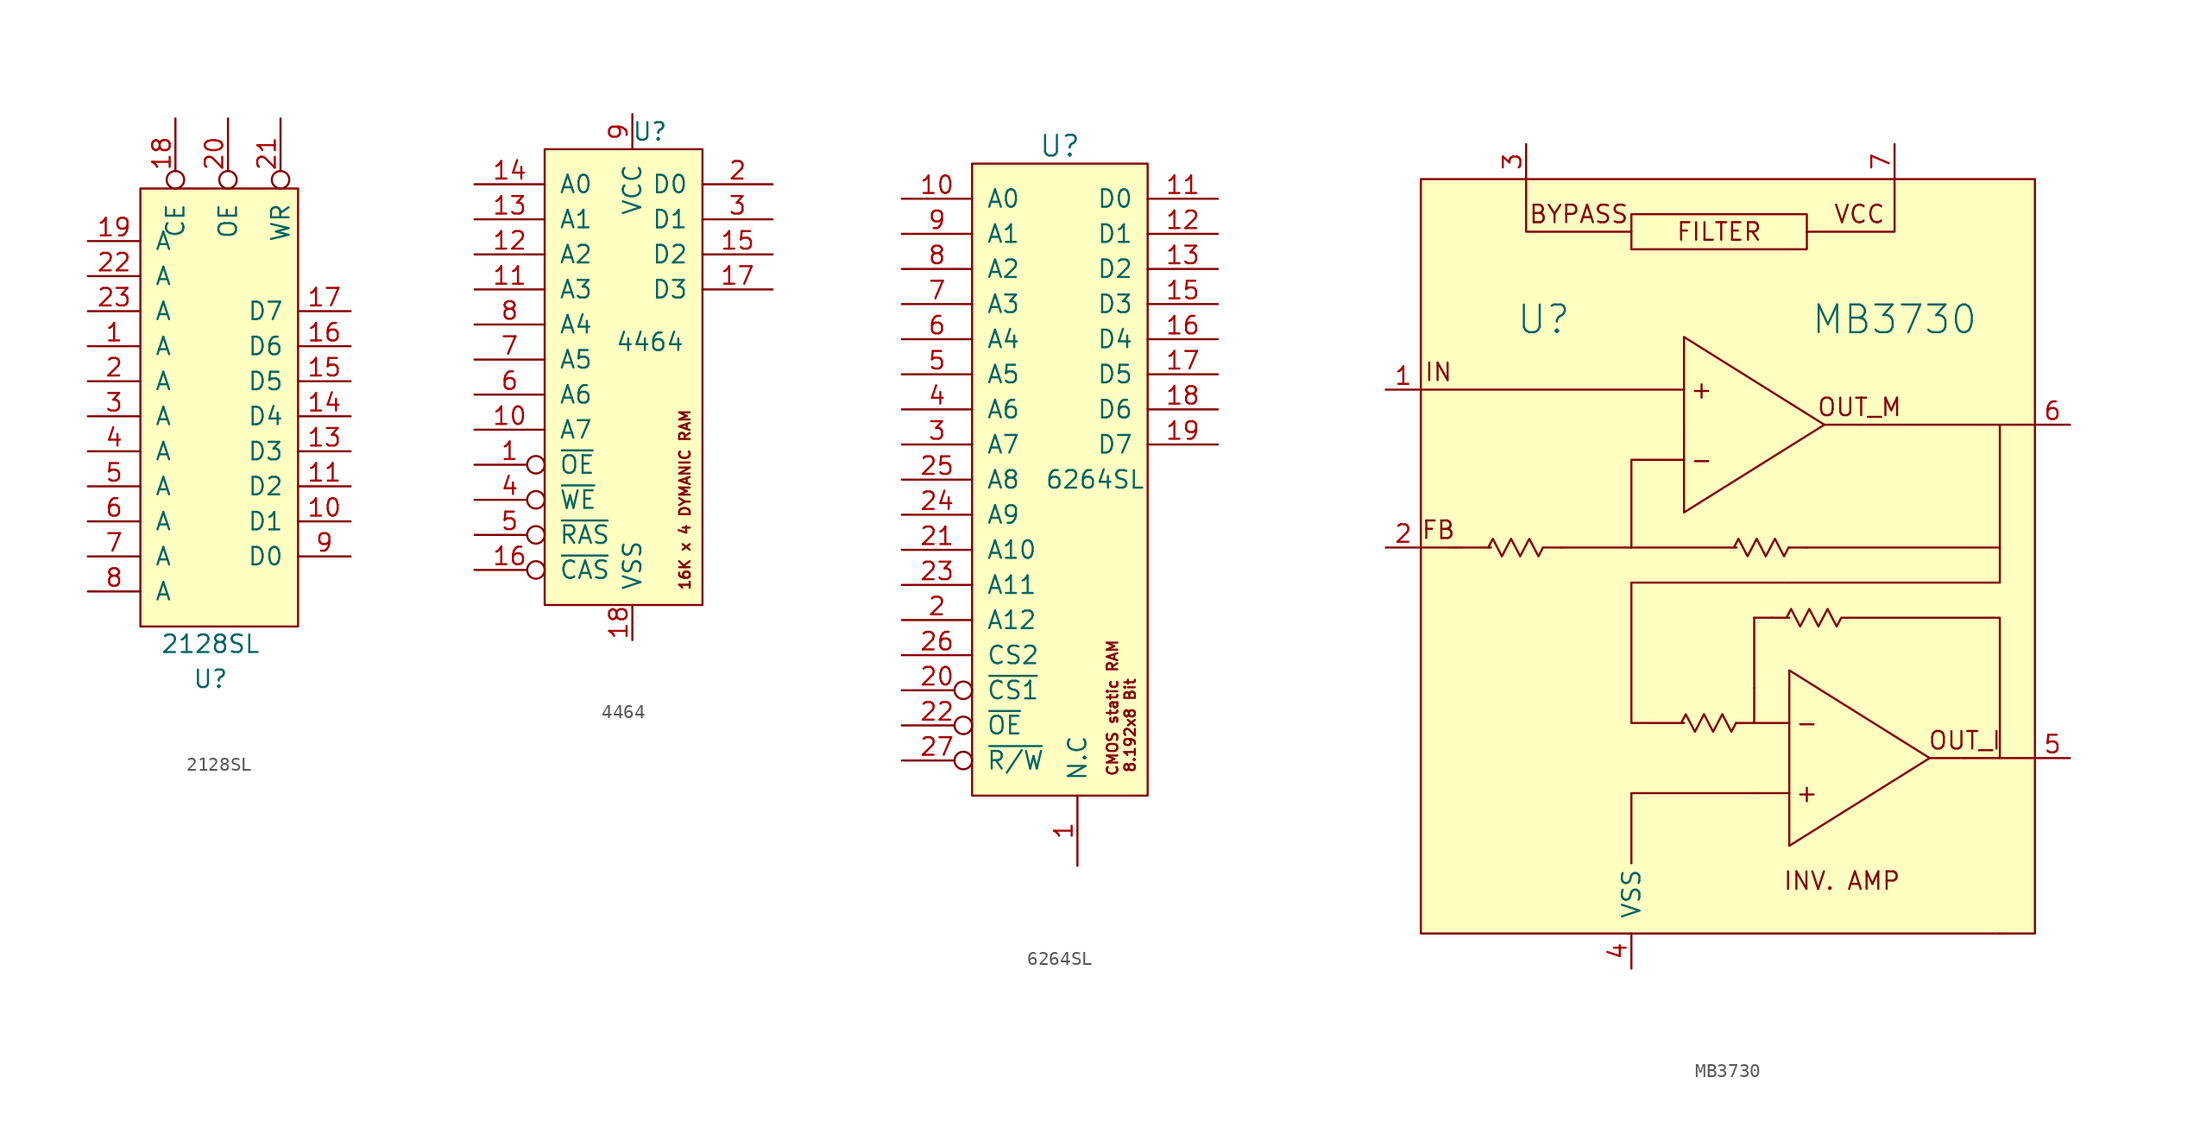
<source format=kicad_sym>
(kicad_symbol_lib
  (version 20220914)
  (generator kicad_symbol_editor)
  (symbol "2128SL"
    (pin_names
      (offset 1.016))
    (property "Reference" "U"
      (at 5.08 -36.83 0)
      (effects (font (size 1.27 1.27))))
    (property "Value" "2128SL"
      (at 5.08 -34.29 0)
      (effects (font (size 1.27 1.27))))
    (symbol "2128SL_0_0"
      (rectangle (start 0 -1.27) (end 11.43 -33.02) (stroke (width 0) (type default)) (fill (type background))))
    (symbol "2128SL_1_1"
      (pin input line (at -3.81 -12.7 0) (length 3.81) (name "A" (effects (font (size 1.27 1.27)))) (number "1" (effects (font (size 1.27 1.27)))))
      (pin input line (at 15.24 -25.4 180) (length 3.81) (name "D1" (effects (font (size 1.27 1.27)))) (number "10" (effects (font (size 1.27 1.27)))))
      (pin input line (at 15.24 -22.86 180) (length 3.81) (name "D2" (effects (font (size 1.27 1.27)))) (number "11" (effects (font (size 1.27 1.27)))))
      (pin input line (at 15.24 -20.32 180) (length 3.81) (name "D3" (effects (font (size 1.27 1.27)))) (number "13" (effects (font (size 1.27 1.27)))))
      (pin input line (at 15.24 -17.78 180) (length 3.81) (name "D4" (effects (font (size 1.27 1.27)))) (number "14" (effects (font (size 1.27 1.27)))))
      (pin input line (at 15.24 -15.24 180) (length 3.81) (name "D5" (effects (font (size 1.27 1.27)))) (number "15" (effects (font (size 1.27 1.27)))))
      (pin input line (at 15.24 -12.7 180) (length 3.81) (name "D6" (effects (font (size 1.27 1.27)))) (number "16" (effects (font (size 1.27 1.27)))))
      (pin input line (at 15.24 -10.16 180) (length 3.81) (name "D7" (effects (font (size 1.27 1.27)))) (number "17" (effects (font (size 1.27 1.27)))))
      (pin input inverted (at 2.54 3.81 270) (length 5.08) (name "CE" (effects (font (size 1.27 1.27)))) (number "18" (effects (font (size 1.27 1.27)))))
      (pin input line (at -3.81 -5.08 0) (length 3.81) (name "A" (effects (font (size 1.27 1.27)))) (number "19" (effects (font (size 1.27 1.27)))))
      (pin input line (at -3.81 -15.24 0) (length 3.81) (name "A" (effects (font (size 1.27 1.27)))) (number "2" (effects (font (size 1.27 1.27)))))
      (pin input inverted (at 6.35 3.81 270) (length 5.08) (name "OE" (effects (font (size 1.27 1.27)))) (number "20" (effects (font (size 1.27 1.27)))))
      (pin input inverted (at 10.16 3.81 270) (length 5.08) (name "WR" (effects (font (size 1.27 1.27)))) (number "21" (effects (font (size 1.27 1.27)))))
      (pin input line (at -3.81 -7.62 0) (length 3.81) (name "A" (effects (font (size 1.27 1.27)))) (number "22" (effects (font (size 1.27 1.27)))))
      (pin input line (at -3.81 -10.16 0) (length 3.81) (name "A" (effects (font (size 1.27 1.27)))) (number "23" (effects (font (size 1.27 1.27)))))
      (pin input line (at -3.81 -17.78 0) (length 3.81) (name "A" (effects (font (size 1.27 1.27)))) (number "3" (effects (font (size 1.27 1.27)))))
      (pin input line (at -3.81 -20.32 0) (length 3.81) (name "A" (effects (font (size 1.27 1.27)))) (number "4" (effects (font (size 1.27 1.27)))))
      (pin input line (at -3.81 -22.86 0) (length 3.81) (name "A" (effects (font (size 1.27 1.27)))) (number "5" (effects (font (size 1.27 1.27)))))
      (pin input line (at -3.81 -25.4 0) (length 3.81) (name "A" (effects (font (size 1.27 1.27)))) (number "6" (effects (font (size 1.27 1.27)))))
      (pin input line (at -3.81 -27.94 0) (length 3.81) (name "A" (effects (font (size 1.27 1.27)))) (number "7" (effects (font (size 1.27 1.27)))))
      (pin input line (at -3.81 -30.48 0) (length 3.81) (name "A" (effects (font (size 1.27 1.27)))) (number "8" (effects (font (size 1.27 1.27)))))
      (pin input line (at 15.24 -27.94 180) (length 3.81) (name "D0" (effects (font (size 1.27 1.27)))) (number "9" (effects (font (size 1.27 1.27)))))))
  (symbol "4464"
    (pin_names
      (offset 1.016))
    (property "Reference" "U"
      (at 1.27 15.24 0)
      (effects (font (size 1.27 1.27))))
    (property "Value" "4464"
      (at 1.27 0 0)
      (effects (font (size 1.27 1.27))))
    (symbol "4464_0_0"
      (rectangle (start -6.35 13.97) (end 5.08 -19.05) (stroke (width 0) (type default)) (fill (type background)))
      (text "16K x 4 DYMANIC RAM" (at 3.81 -11.43 900) (effects (font (size 0.762 0.762))))
      (pin input inverted (at -11.43 -8.89 0) (length 5.08) (name "~{OE}" (effects (font (size 1.27 1.27)))) (number "1" (effects (font (size 1.27 1.27)))))
      (pin input inverted (at -11.43 -16.51 0) (length 5.08) (name "~{CAS}" (effects (font (size 1.27 1.27)))) (number "16" (effects (font (size 1.27 1.27)))))
      (pin power_in line (at 0 -21.59 90) (length 2.54) (name "VSS" (effects (font (size 1.27 1.27)))) (number "18" (effects (font (size 1.27 1.27)))))
      (pin input inverted (at -11.43 -11.43 0) (length 5.08) (name "~{WE}" (effects (font (size 1.27 1.27)))) (number "4" (effects (font (size 1.27 1.27)))))
      (pin input inverted (at -11.43 -13.97 0) (length 5.08) (name "~{RAS}" (effects (font (size 1.27 1.27)))) (number "5" (effects (font (size 1.27 1.27)))))
      (pin power_in line (at 0 16.51 270) (length 2.54) (name "VCC" (effects (font (size 1.27 1.27)))) (number "9" (effects (font (size 1.27 1.27))))))
    (symbol "4464_1_1"
      (pin tri_state line (at -11.43 -6.35 0) (length 5.08) (name "A7" (effects (font (size 1.27 1.27)))) (number "10" (effects (font (size 1.27 1.27)))))
      (pin tri_state line (at -11.43 3.81 0) (length 5.08) (name "A3" (effects (font (size 1.27 1.27)))) (number "11" (effects (font (size 1.27 1.27)))))
      (pin tri_state line (at -11.43 6.35 0) (length 5.08) (name "A2" (effects (font (size 1.27 1.27)))) (number "12" (effects (font (size 1.27 1.27)))))
      (pin tri_state line (at -11.43 8.89 0) (length 5.08) (name "A1" (effects (font (size 1.27 1.27)))) (number "13" (effects (font (size 1.27 1.27)))))
      (pin tri_state line (at -11.43 11.43 0) (length 5.08) (name "A0" (effects (font (size 1.27 1.27)))) (number "14" (effects (font (size 1.27 1.27)))))
      (pin tri_state line (at 10.16 6.35 180) (length 5.08) (name "D2" (effects (font (size 1.27 1.27)))) (number "15" (effects (font (size 1.27 1.27)))))
      (pin tri_state line (at 10.16 3.81 180) (length 5.08) (name "D3" (effects (font (size 1.27 1.27)))) (number "17" (effects (font (size 1.27 1.27)))))
      (pin tri_state line (at 10.16 11.43 180) (length 5.08) (name "D0" (effects (font (size 1.27 1.27)))) (number "2" (effects (font (size 1.27 1.27)))))
      (pin tri_state line (at 10.16 8.89 180) (length 5.08) (name "D1" (effects (font (size 1.27 1.27)))) (number "3" (effects (font (size 1.27 1.27)))))
      (pin tri_state line (at -11.43 -3.81 0) (length 5.08) (name "A6" (effects (font (size 1.27 1.27)))) (number "6" (effects (font (size 1.27 1.27)))))
      (pin tri_state line (at -11.43 -1.27 0) (length 5.08) (name "A5" (effects (font (size 1.27 1.27)))) (number "7" (effects (font (size 1.27 1.27)))))
      (pin tri_state line (at -11.43 1.27 0) (length 5.08) (name "A4" (effects (font (size 1.27 1.27)))) (number "8" (effects (font (size 1.27 1.27)))))))
  (symbol "6264SL"
    (pin_names
      (offset 1.016))
    (property "Reference" "U"
      (at 0 24.13 0)
      (effects (font (size 1.499 1.499))))
    (property "Value" "6264SL"
      (at 2.54 0 0)
      (effects (font (size 1.27 1.27))))
    (symbol "6264SL_0_0"
      (rectangle (start -6.35 22.86) (end 6.35 -22.86) (stroke (width 0) (type default)) (fill (type background)))
      (text "8.192x8 Bit" (at 5.08 -17.78 900) (effects (font (size 0.762 0.762))))
      (text "CMOS static RAM" (at 3.81 -16.51 900) (effects (font (size 0.762 0.762)))))
    (symbol "6264SL_1_1"
      (pin input line (at 1.27 -27.94 90) (length 5.08) (name "N.C" (effects (font (size 1.27 1.27)))) (number "1" (effects (font (size 1.27 1.27)))))
      (pin input line (at -11.43 20.32 0) (length 5.08) (name "A0" (effects (font (size 1.27 1.27)))) (number "10" (effects (font (size 1.27 1.27)))))
      (pin input line (at 11.43 20.32 180) (length 5.08) (name "D0" (effects (font (size 1.27 1.27)))) (number "11" (effects (font (size 1.27 1.27)))))
      (pin input line (at 11.43 17.78 180) (length 5.08) (name "D1" (effects (font (size 1.27 1.27)))) (number "12" (effects (font (size 1.27 1.27)))))
      (pin input line (at 11.43 15.24 180) (length 5.08) (name "D2" (effects (font (size 1.27 1.27)))) (number "13" (effects (font (size 1.27 1.27)))))
      (pin power_in line (at 0 -22.86 90) (length 5.08) hide (name "VCC" (effects (font (size 1.27 1.27)))) (number "14" (effects (font (size 1.27 1.27)))))
      (pin input line (at 11.43 12.7 180) (length 5.08) (name "D3" (effects (font (size 1.27 1.27)))) (number "15" (effects (font (size 1.27 1.27)))))
      (pin input line (at 11.43 10.16 180) (length 5.08) (name "D4" (effects (font (size 1.27 1.27)))) (number "16" (effects (font (size 1.27 1.27)))))
      (pin input line (at 11.43 7.62 180) (length 5.08) (name "D5" (effects (font (size 1.27 1.27)))) (number "17" (effects (font (size 1.27 1.27)))))
      (pin input line (at 11.43 5.08 180) (length 5.08) (name "D6" (effects (font (size 1.27 1.27)))) (number "18" (effects (font (size 1.27 1.27)))))
      (pin input line (at 11.43 2.54 180) (length 5.08) (name "D7" (effects (font (size 1.27 1.27)))) (number "19" (effects (font (size 1.27 1.27)))))
      (pin input line (at -11.43 -10.16 0) (length 5.08) (name "A12" (effects (font (size 1.27 1.27)))) (number "2" (effects (font (size 1.27 1.27)))))
      (pin input inverted (at -11.43 -15.24 0) (length 5.08) (name "~{CS1}" (effects (font (size 1.27 1.27)))) (number "20" (effects (font (size 1.27 1.27)))))
      (pin input line (at -11.43 -5.08 0) (length 5.08) (name "A10" (effects (font (size 1.27 1.27)))) (number "21" (effects (font (size 1.27 1.27)))))
      (pin input inverted (at -11.43 -17.78 0) (length 5.08) (name "~{OE}" (effects (font (size 1.27 1.27)))) (number "22" (effects (font (size 1.27 1.27)))))
      (pin input line (at -11.43 -7.62 0) (length 5.08) (name "A11" (effects (font (size 1.27 1.27)))) (number "23" (effects (font (size 1.27 1.27)))))
      (pin input line (at -11.43 -2.54 0) (length 5.08) (name "A9" (effects (font (size 1.27 1.27)))) (number "24" (effects (font (size 1.27 1.27)))))
      (pin input line (at -11.43 0 0) (length 5.08) (name "A8" (effects (font (size 1.27 1.27)))) (number "25" (effects (font (size 1.27 1.27)))))
      (pin input line (at -11.43 -12.7 0) (length 5.08) (name "CS2" (effects (font (size 1.27 1.27)))) (number "26" (effects (font (size 1.27 1.27)))))
      (pin input inverted (at -11.43 -20.32 0) (length 5.08) (name "~{R/W}" (effects (font (size 1.27 1.27)))) (number "27" (effects (font (size 1.27 1.27)))))
      (pin power_in line (at 0 22.86 270) (length 5.08) hide (name "VCC" (effects (font (size 1.27 1.27)))) (number "28" (effects (font (size 1.27 1.27)))))
      (pin input line (at -11.43 2.54 0) (length 5.08) (name "A7" (effects (font (size 1.27 1.27)))) (number "3" (effects (font (size 1.27 1.27)))))
      (pin input line (at -11.43 5.08 0) (length 5.08) (name "A6" (effects (font (size 1.27 1.27)))) (number "4" (effects (font (size 1.27 1.27)))))
      (pin input line (at -11.43 7.62 0) (length 5.08) (name "A5" (effects (font (size 1.27 1.27)))) (number "5" (effects (font (size 1.27 1.27)))))
      (pin input line (at -11.43 10.16 0) (length 5.08) (name "A4" (effects (font (size 1.27 1.27)))) (number "6" (effects (font (size 1.27 1.27)))))
      (pin input line (at -11.43 12.7 0) (length 5.08) (name "A3" (effects (font (size 1.27 1.27)))) (number "7" (effects (font (size 1.27 1.27)))))
      (pin input line (at -11.43 15.24 0) (length 5.08) (name "A2" (effects (font (size 1.27 1.27)))) (number "8" (effects (font (size 1.27 1.27)))))
      (pin input line (at -11.43 17.78 0) (length 5.08) (name "A1" (effects (font (size 1.27 1.27)))) (number "9" (effects (font (size 1.27 1.27)))))))
  (symbol "MB3730"
    (pin_names
      (offset 1.016))
    (property "Reference" "U"
      (at -12.7 17.78 0)
      (effects (font (size 2.007 2.007))))
    (property "Value" "MB3730"
      (at 12.7 17.78 0)
      (effects (font (size 2.007 2.007))))
    (symbol "MB3730_0_0"
      (rectangle (start -6.35 25.4) (end 6.35 22.86) (stroke (width 0) (type default)) (fill (type none)))
      (polyline (pts (xy -2.54 12.7) (xy -21.59 12.7)) (stroke (width 0) (type default)) (fill (type none)))
      (polyline (pts (xy 2.54 -11.43) (xy 5.08 -11.43)) (stroke (width 0) (type default)) (fill (type none)))
      (polyline (pts (xy 2.54 -8.89) (xy 2.54 -11.43)) (stroke (width 0) (type default)) (fill (type none)))
      (polyline (pts (xy 2.54 -8.89) (xy 2.54 -3.81)) (stroke (width 0) (type default)) (fill (type none)))
      (polyline (pts (xy 3.81 -3.81) (xy 2.54 -3.81)) (stroke (width 0) (type default)) (fill (type none)))
      (polyline (pts (xy 10.16 10.16) (xy 7.62 10.16)) (stroke (width 0) (type default)) (fill (type none)))
      (polyline (pts (xy 13.97 10.16) (xy 10.16 10.16)) (stroke (width 0) (type default)) (fill (type none)))
      (polyline (pts (xy 17.78 -13.97) (xy 15.24 -13.97)) (stroke (width 0) (type default)) (fill (type none)))
      (polyline (pts (xy 20.32 -13.97) (xy 22.86 -13.97)) (stroke (width 0) (type default)) (fill (type none)))
      (polyline (pts (xy 20.32 1.27) (xy 20.32 10.16)) (stroke (width 0) (type default)) (fill (type none)))
      (polyline (pts (xy 20.32 10.16) (xy 13.97 10.16)) (stroke (width 0) (type default)) (fill (type none)))
      (polyline (pts (xy 20.32 10.16) (xy 22.86 10.16)) (stroke (width 0) (type default)) (fill (type none)))
      (polyline (pts (xy -6.35 24.13) (xy -13.97 24.13) (xy -13.97 27.94)) (stroke (width 0) (type default)) (fill (type none)))
      (polyline (pts (xy 12.7 27.94) (xy 12.7 24.13) (xy 6.35 24.13)) (stroke (width 0) (type default)) (fill (type none)))
      (polyline (pts (xy -13.97 27.94) (xy -21.59 27.94) (xy -21.59 -26.67) (xy 20.32 -26.67)) (stroke (width 0) (type default)) (fill (type background)))
      (polyline (pts (xy 5.08 -1.27) (xy -6.35 -1.27) (xy -6.35 -11.43) (xy -2.54 -11.43)) (stroke (width 0) (type default)) (fill (type none)))
      (polyline (pts (xy 5.08 -1.27) (xy 20.32 -1.27) (xy 20.32 1.27) (xy 6.35 1.27)) (stroke (width 0) (type default)) (fill (type none)))
      (polyline (pts (xy 8.89 -3.81) (xy 20.32 -3.81) (xy 20.32 -13.97) (xy 17.78 -13.97)) (stroke (width 0) (type default)) (fill (type none)))
      (polyline (pts (xy 20.32 -26.67) (xy 22.86 -26.67) (xy 22.86 27.94) (xy -13.97 27.94)) (stroke (width 0) (type default)) (fill (type background)))
      (text "+" (at -1.27 12.7 0) (effects (font (size 1.27 1.27))))
      (text "+" (at 6.35 -16.51 0) (effects (font (size 1.27 1.27))))
      (text "-" (at -1.27 7.62 0) (effects (font (size 1.27 1.27))))
      (text "-" (at 6.35 -11.43 0) (effects (font (size 1.27 1.27))))
      (text "BYPASS" (at -10.16 25.4 0) (effects (font (size 1.27 1.27))))
      (text "FB" (at -20.32 2.54 0) (effects (font (size 1.27 1.27))))
      (text "FILTER" (at 0 24.13 0) (effects (font (size 1.27 1.27))))
      (text "IN" (at -20.32 13.97 0) (effects (font (size 1.27 1.27))))
      (text "INV. AMP" (at 8.89 -22.86 0) (effects (font (size 1.27 1.27))))
      (text "OUT_I" (at 17.78 -12.7 0) (effects (font (size 1.27 1.27))))
      (text "OUT_M" (at 10.16 11.43 0) (effects (font (size 1.27 1.27))))
      (text "VCC" (at 10.16 25.4 0) (effects (font (size 1.27 1.27)))))
    (symbol "MB3730_0_1"
      (polyline (pts (xy -21.59 1.27) (xy -19.05 1.27)) (stroke (width 0) (type default)) (fill (type none)))
      (polyline (pts (xy -16.51 1.27) (xy -19.05 1.27)) (stroke (width 0) (type default)) (fill (type none)))
      (polyline (pts (xy -6.35 1.27) (xy -11.43 1.27)) (stroke (width 0) (type default)) (fill (type none)))
      (polyline (pts (xy -6.35 1.27) (xy 1.27 1.27)) (stroke (width 0) (type default)) (fill (type none)))
      (polyline (pts (xy 2.54 -16.51) (xy 5.08 -16.51)) (stroke (width 0.152) (type default)) (fill (type none)))
      (polyline (pts (xy -2.54 7.62) (xy -6.35 7.62) (xy -6.35 1.27)) (stroke (width 0) (type default)) (fill (type none)))
      (polyline (pts (xy 2.54 -16.51) (xy -6.35 -16.51) (xy -6.35 -21.59)) (stroke (width 0.152) (type default)) (fill (type none))))
    (symbol "MB3730_1_1"
      (polyline (pts (xy -12.751 1.27) (xy -11.43 1.27)) (stroke (width 0) (type default)) (fill (type none)))
      (polyline (pts (xy 1.219 -11.43) (xy 2.54 -11.43)) (stroke (width 0) (type default)) (fill (type none)))
      (polyline (pts (xy 3.759 -3.81) (xy 5.08 -3.81)) (stroke (width 0) (type default)) (fill (type none)))
      (polyline (pts (xy 5.029 1.27) (xy 6.35 1.27)) (stroke (width 0) (type default)) (fill (type none)))
      (polyline (pts (xy 7.62 10.16) (xy -2.54 3.81) (xy -2.54 16.51) (xy 7.62 10.16)) (stroke (width 0) (type default)) (fill (type none)))
      (polyline (pts (xy 15.24 -13.97) (xy 5.08 -20.32) (xy 5.08 -7.62) (xy 15.24 -13.97)) (stroke (width 0) (type default)) (fill (type background)))
      (polyline (pts (xy -16.713 1.27) (xy -16.383 1.905) (xy -15.723 0.635) (xy -15.062 1.905) (xy -14.402 0.635) (xy -13.741 1.905) (xy -13.081 0.635) (xy -12.751 1.27)) (stroke (width 0) (type default)) (fill (type none)))
      (polyline (pts (xy -2.743 -11.43) (xy -2.413 -10.795) (xy -1.753 -12.065) (xy -1.092 -10.795) (xy -0.432 -12.065) (xy 0.229 -10.795) (xy 0.889 -12.065) (xy 1.219 -11.43)) (stroke (width 0) (type default)) (fill (type none)))
      (polyline (pts (xy 1.067 1.27) (xy 1.397 1.905) (xy 2.057 0.635) (xy 2.718 1.905) (xy 3.378 0.635) (xy 4.039 1.905) (xy 4.699 0.635) (xy 5.029 1.27)) (stroke (width 0) (type default)) (fill (type none)))
      (polyline (pts (xy 4.877 -3.81) (xy 5.207 -3.175) (xy 5.867 -4.445) (xy 6.528 -3.175) (xy 7.188 -4.445) (xy 7.849 -3.175) (xy 8.509 -4.445) (xy 8.839 -3.81)) (stroke (width 0) (type default)) (fill (type none)))
      (pin input line (at -24.13 12.7 0) (length 2.54) (name "~" (effects (font (size 1.27 1.27)))) (number "1" (effects (font (size 1.27 1.27)))))
      (pin input line (at -24.13 1.27 0) (length 2.54) (name "~" (effects (font (size 1.27 1.27)))) (number "2" (effects (font (size 1.27 1.27)))))
      (pin input line (at -13.97 30.48 270) (length 2.54) (name "~" (effects (font (size 1.27 1.27)))) (number "3" (effects (font (size 1.27 1.27)))))
      (pin power_in line (at -6.35 -29.21 90) (length 2.54) (name "VSS" (effects (font (size 1.27 1.27)))) (number "4" (effects (font (size 1.27 1.27)))))
      (pin output line (at 25.4 -13.97 180) (length 2.54) (name "~" (effects (font (size 1.27 1.27)))) (number "5" (effects (font (size 1.27 1.27)))))
      (pin output line (at 25.4 10.16 180) (length 2.54) (name "~" (effects (font (size 1.27 1.27)))) (number "6" (effects (font (size 1.27 1.27)))))
      (pin power_in line (at 12.7 30.48 270) (length 2.54) (name "~" (effects (font (size 1.27 1.27)))) (number "7" (effects (font (size 1.27 1.27))))))))
</source>
